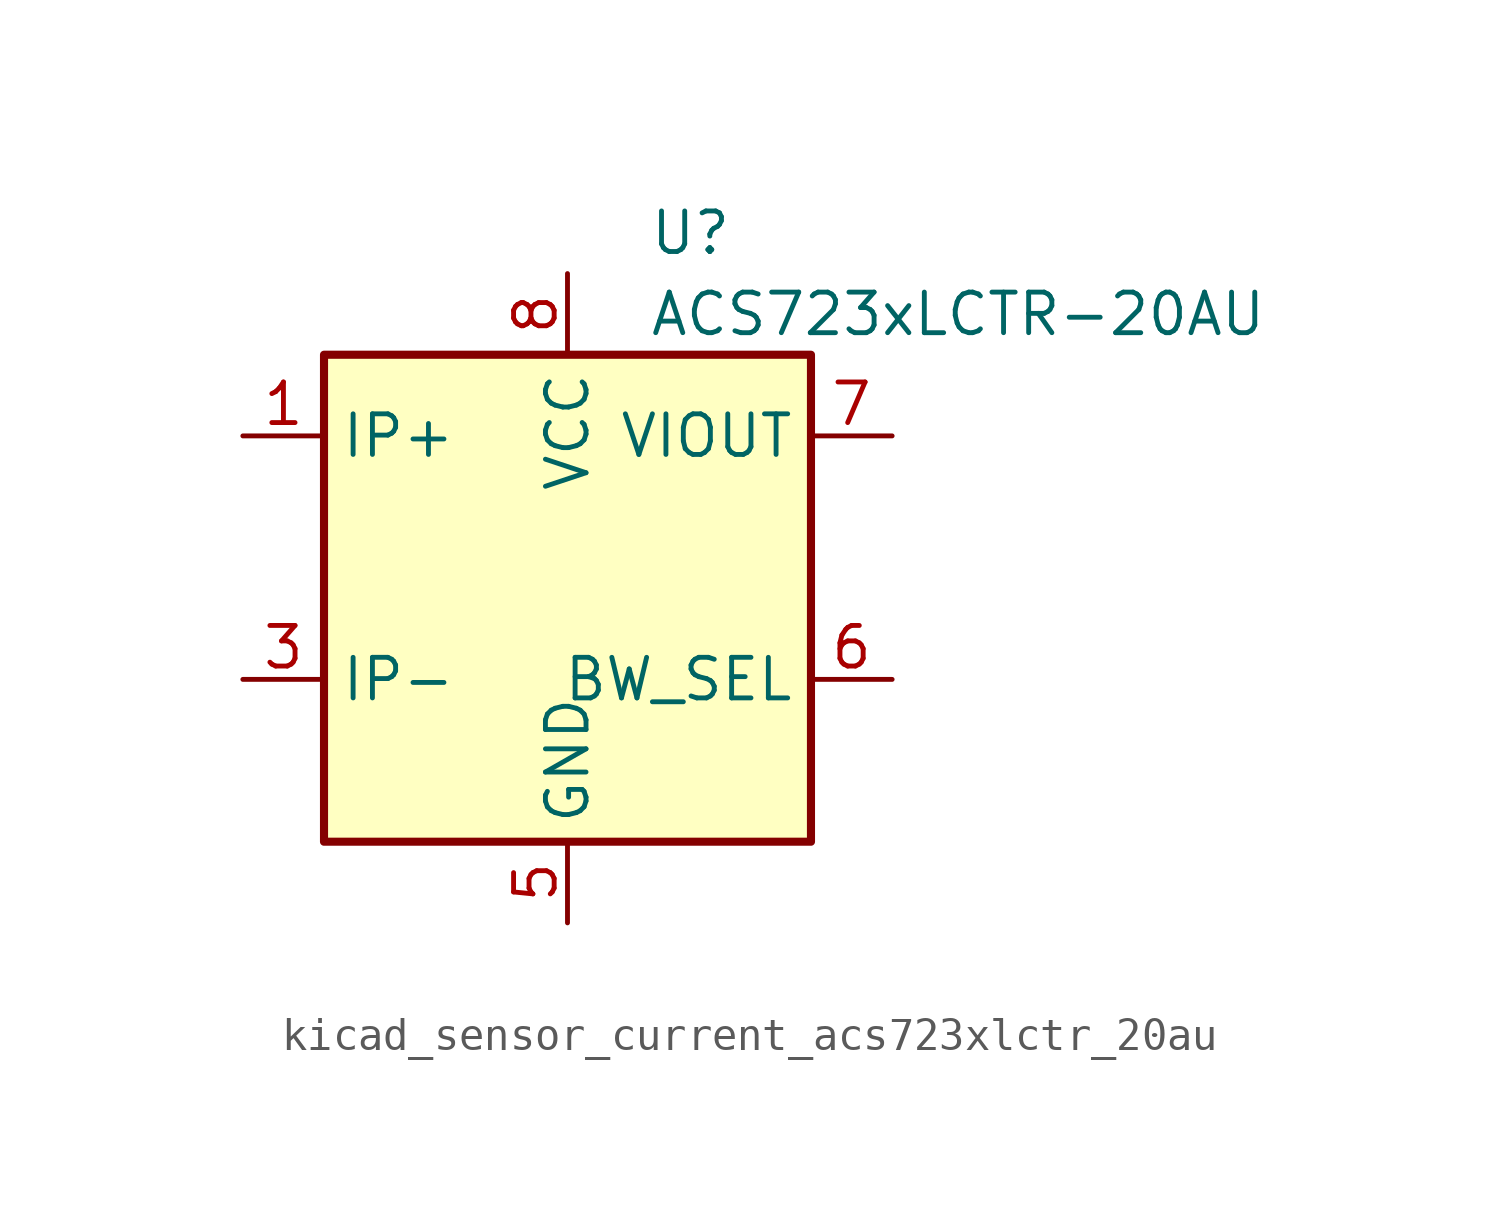
<source format=kicad_sym>
(kicad_symbol_lib
  (version 20220914)
  (generator kicad_symbol_editor)
  (symbol "kicad_sensor_current_acs723xlctr_20au"
    (property "Reference" "U"
      (at 2.54 11.43 0)
      (effects (font (size 1.27 1.27)) (justify left)))
    (property "Value" "ACS723xLCTR-20AU"
      (at 2.54 8.89 0)
      (effects (font (size 1.27 1.27)) (justify left)))
    (symbol "kicad_sensor_current_acs723xlctr_20au_0_1"
      (rectangle (start -7.62 7.62) (end 7.62 -7.62) (stroke (width 0.254) (type default)) (fill (type background))))
    (symbol "kicad_sensor_current_acs723xlctr_20au_1_1"
      (pin passive line (at -10.16 5.08 0) (length 2.54) (name "IP+" (effects (font (size 1.27 1.27)))) (number "1" (effects (font (size 1.27 1.27)))))
      (pin passive line (at -10.16 5.08 0) (length 2.54) hide (name "IP+" (effects (font (size 1.27 1.27)))) (number "2" (effects (font (size 1.27 1.27)))))
      (pin passive line (at -10.16 -2.54 0) (length 2.54) (name "IP-" (effects (font (size 1.27 1.27)))) (number "3" (effects (font (size 1.27 1.27)))))
      (pin passive line (at -10.16 -2.54 0) (length 2.54) hide (name "IP-" (effects (font (size 1.27 1.27)))) (number "4" (effects (font (size 1.27 1.27)))))
      (pin power_in line (at 0 -10.16 90) (length 2.54) (name "GND" (effects (font (size 1.27 1.27)))) (number "5" (effects (font (size 1.27 1.27)))))
      (pin input line (at 10.16 -2.54 180) (length 2.54) (name "BW_SEL" (effects (font (size 1.27 1.27)))) (number "6" (effects (font (size 1.27 1.27)))))
      (pin output line (at 10.16 5.08 180) (length 2.54) (name "VIOUT" (effects (font (size 1.27 1.27)))) (number "7" (effects (font (size 1.27 1.27)))))
      (pin power_in line (at 0 10.16 270) (length 2.54) (name "VCC" (effects (font (size 1.27 1.27)))) (number "8" (effects (font (size 1.27 1.27))))))))
</source>
